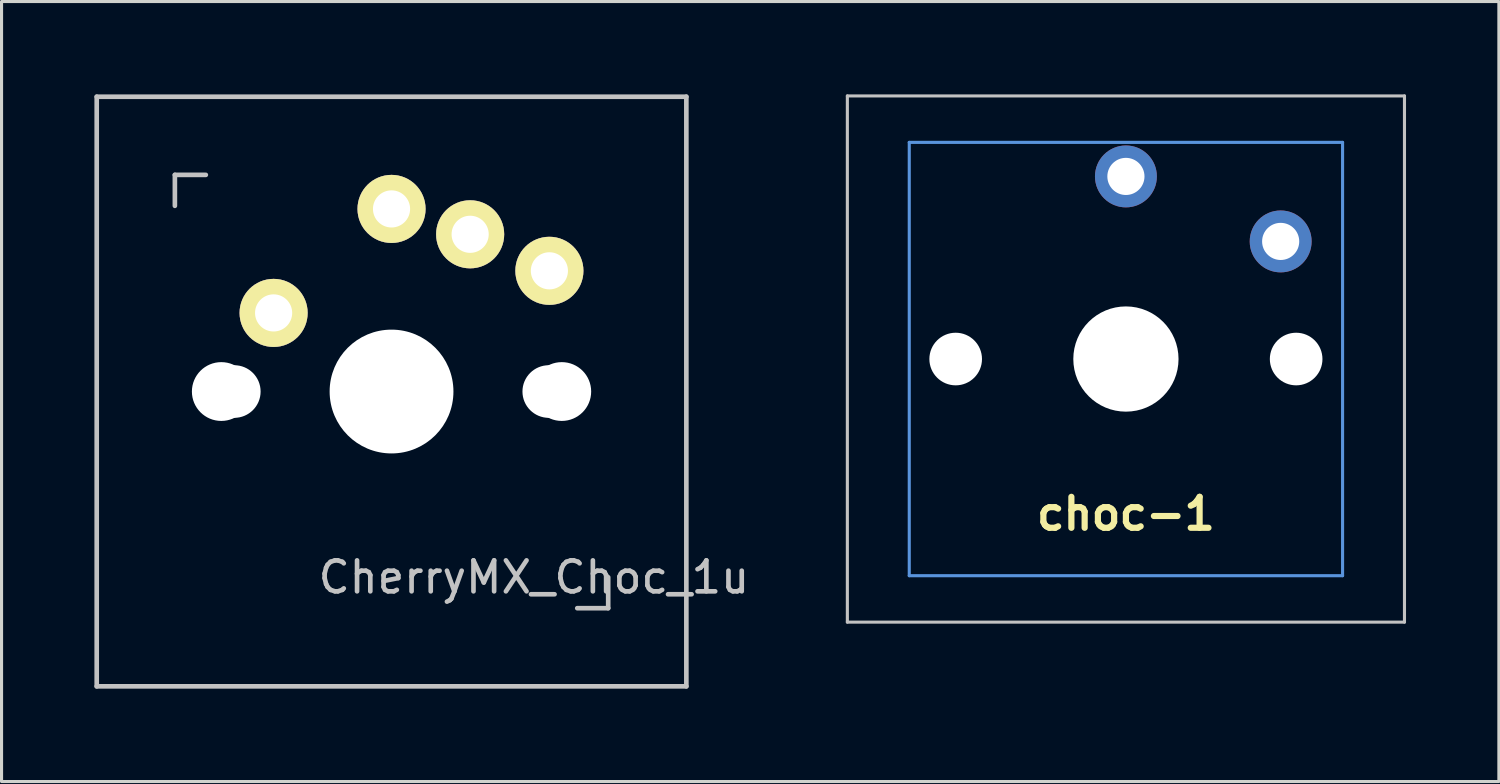
<source format=kicad_pcb>
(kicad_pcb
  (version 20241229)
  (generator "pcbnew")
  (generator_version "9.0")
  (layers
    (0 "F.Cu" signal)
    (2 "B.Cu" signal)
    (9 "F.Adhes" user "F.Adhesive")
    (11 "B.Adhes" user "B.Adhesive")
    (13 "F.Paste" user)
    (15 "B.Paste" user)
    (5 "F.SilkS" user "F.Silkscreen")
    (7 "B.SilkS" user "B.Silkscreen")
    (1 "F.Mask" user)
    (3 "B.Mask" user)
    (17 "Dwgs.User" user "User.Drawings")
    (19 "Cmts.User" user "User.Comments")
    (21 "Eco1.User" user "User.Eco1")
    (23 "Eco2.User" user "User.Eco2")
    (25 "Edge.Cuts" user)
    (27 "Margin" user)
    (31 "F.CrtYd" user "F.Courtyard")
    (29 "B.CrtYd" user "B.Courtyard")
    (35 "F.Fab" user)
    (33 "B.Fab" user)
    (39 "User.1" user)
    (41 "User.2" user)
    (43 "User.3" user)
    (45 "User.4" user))
  (footprint "choc-1"
    (layer "F.Cu")
    (at 33.327 8.55)
    (property "Reference" "choc-1" (at 0 5 180) (layer "F.SilkS") (effects (font (size 1 1) (thickness 0.2))))
    (attr through_hole)
    (fp_line (start -9 -8.5) (end 9 -8.5) (stroke (width 0.1) (type solid)) (layer "Dwgs.User"))
    (fp_line (start -9 8.5) (end -9 -8.5) (stroke (width 0.1) (type solid)) (layer "Dwgs.User"))
    (fp_line (start 9 -8.5) (end 9 8.5) (stroke (width 0.1) (type solid)) (layer "Dwgs.User"))
    (fp_line (start 9 8.5) (end -9 8.5) (stroke (width 0.1) (type solid)) (layer "Dwgs.User"))
    (fp_line (start -7 -7) (end 7 -7) (stroke (width 0.1) (type solid)) (layer "Cmts.User"))
    (fp_line (start -7 7) (end -7 -7) (stroke (width 0.1) (type solid)) (layer "Cmts.User"))
    (fp_line (start 7 -7) (end 7 7) (stroke (width 0.1) (type solid)) (layer "Cmts.User"))
    (fp_line (start 7 7) (end -7 7) (stroke (width 0.1) (type solid)) (layer "Cmts.User"))
    (pad "" np_thru_hole circle (at -5.5 0) (size 1.7 1.7) (drill 1.7) (layers "*.Cu" "*.Mask"))
    (pad "" np_thru_hole circle (at 0 0) (size 3.4 3.4) (drill 3.4) (layers "*.Cu" "*.Mask"))
    (pad "" np_thru_hole circle (at 5.5 0) (size 1.7 1.7) (drill 1.7) (layers "*.Cu" "*.Mask"))
    (pad "1" thru_hole circle (at 0 -5.9) (size 2 2) (drill 1.2) (layers "*.Cu" "*.Mask"))
    (pad "2" thru_hole circle (at 5 -3.8) (size 2 2) (drill 1.2) (layers "*.Cu" "*.Mask")))
  (footprint "CherryMX_Choc_1u"
    (layer "F.Cu")
    (at 9.6 9.6)
    (property "Reference" "CherryMX_Choc_1u" (at 4.6 6 0) (layer "Dwgs.User") (effects (font (size 1 1) (thickness 0.15))))
    (attr through_hole)
    (fp_line (start -9.525 -9.525) (end 9.525 -9.525) (stroke (width 0.15) (type solid)) (layer "Dwgs.User"))
    (fp_line (start -9.525 9.525) (end -9.525 -9.525) (stroke (width 0.15) (type solid)) (layer "Dwgs.User"))
    (fp_line (start -7 -7) (end -6 -7) (stroke (width 0.15) (type solid)) (layer "Dwgs.User"))
    (fp_line (start -7 -6) (end -7 -7) (stroke (width 0.15) (type solid)) (layer "Dwgs.User"))
    (fp_line (start 6 7) (end 7 7) (stroke (width 0.15) (type solid)) (layer "Dwgs.User"))
    (fp_line (start 7 7) (end 7 6) (stroke (width 0.15) (type solid)) (layer "Dwgs.User"))
    (fp_line (start 9.525 -9.525) (end 9.525 9.525) (stroke (width 0.15) (type solid)) (layer "Dwgs.User"))
    (fp_line (start 9.525 9.525) (end -9.525 9.525) (stroke (width 0.15) (type solid)) (layer "Dwgs.User"))
    (pad "" np_thru_hole circle (at -5.5 0 90) (size 1.9 1.9) (drill 1.9) (layers "*.Cu" "*.Mask"))
    (pad "" np_thru_hole circle (at -5.08 0) (size 1.7 1.7) (drill 1.7) (layers "*.Cu" "*.Mask"))
    (pad "" np_thru_hole circle (at 0 0 90) (size 4 4) (drill 4) (layers "*.Cu" "*.Mask"))
    (pad "" np_thru_hole circle (at 5.08 0) (size 1.7 1.7) (drill 1.7) (layers "*.Cu" "*.Mask"))
    (pad "" np_thru_hole circle (at 5.5 0 90) (size 1.9 1.9) (drill 1.9) (layers "*.Cu" "*.Mask"))
    (pad "1" thru_hole circle (at -3.81 -2.54 50) (size 2.2 2.2) (drill 1.2) (layers "*.Cu" "B.Mask" "F.SilkS"))
    (pad "1" thru_hole circle (at 5.1 -3.9 310) (size 2.2 2.2) (drill 1.2) (layers "*.Cu" "B.Mask" "F.SilkS"))
    (pad "2" thru_hole circle (at 0 -5.9 90) (size 2.2 2.2) (drill 1.2) (layers "*.Cu" "B.Mask" "F.SilkS"))
    (pad "2" thru_hole circle (at 2.54 -5.08) (size 2.2 2.2) (drill 1.2) (layers "*.Cu" "B.Mask" "F.SilkS")))
  (gr_rect
    (start -3 -3)
    (end 45.377 22.2)
    (stroke (width 0.1) (type default))
    (fill no)
    (layer "Edge.Cuts")))
</source>
